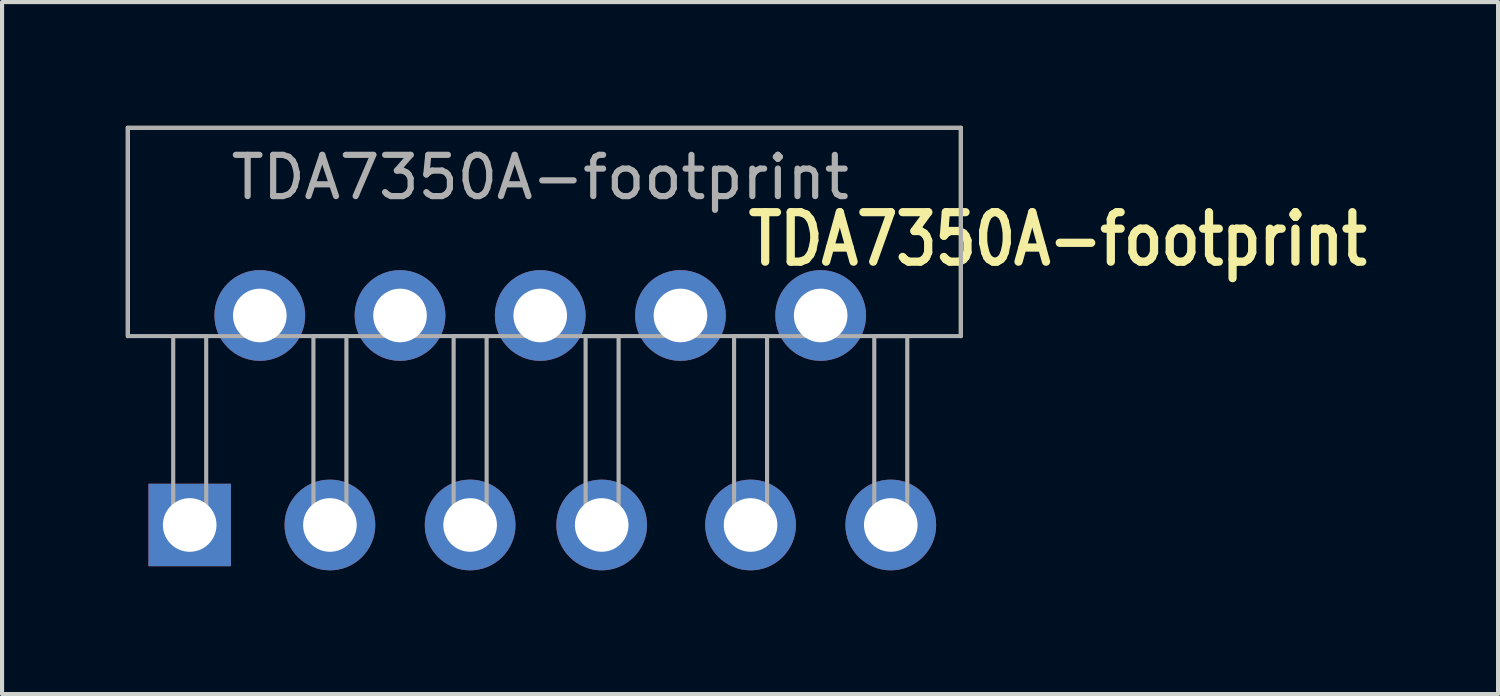
<source format=kicad_pcb>
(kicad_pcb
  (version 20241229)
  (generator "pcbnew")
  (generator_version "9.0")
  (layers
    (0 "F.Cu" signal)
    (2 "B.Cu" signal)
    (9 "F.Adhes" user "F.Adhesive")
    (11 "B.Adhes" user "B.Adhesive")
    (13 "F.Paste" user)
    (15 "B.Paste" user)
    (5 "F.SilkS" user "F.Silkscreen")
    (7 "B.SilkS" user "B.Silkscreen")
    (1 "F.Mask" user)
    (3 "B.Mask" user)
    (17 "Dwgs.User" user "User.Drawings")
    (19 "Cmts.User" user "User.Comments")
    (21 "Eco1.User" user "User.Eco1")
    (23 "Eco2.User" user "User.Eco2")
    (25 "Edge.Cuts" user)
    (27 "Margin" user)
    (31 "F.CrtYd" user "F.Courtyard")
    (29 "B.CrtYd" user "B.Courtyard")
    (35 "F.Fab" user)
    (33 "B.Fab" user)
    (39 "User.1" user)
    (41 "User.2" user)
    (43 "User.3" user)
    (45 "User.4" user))
  (footprint "TDA7350A-footprint"
    (layer "F.Cu")
    (at 10.05 4.6)
    (property "Reference" "TDA7350A-footprint" (at 12.55 -1.85 0) (unlocked yes) (layer "F.SilkS") (effects (font (size 1.2 1) (thickness 0.2) (bold yes))))
    (attr through_hole)
    (fp_line (start -10 -4.55) (end 10.2 -4.55) (stroke (width 0.1) (type default)) (layer "F.SilkS"))
    (fp_line (start -10 0.5) (end -10 -4.55) (stroke (width 0.1) (type default)) (layer "F.SilkS"))
    (fp_line (start 10.2 -4.55) (end 10.2 0.5) (stroke (width 0.1) (type default)) (layer "F.SilkS"))
    (fp_rect (start -10 -4.55) (end 10.2 0.5) (stroke (width 0.1) (type default)) (fill no) (layer "F.Fab"))
    (fp_rect (start -8.9 5.1) (end -8.1 0.5) (stroke (width 0.1) (type default)) (fill no) (layer "F.Fab"))
    (fp_rect (start -5.5 5.1) (end -4.7 0.5) (stroke (width 0.1) (type default)) (fill no) (layer "F.Fab"))
    (fp_rect (start -2.1 5.1) (end -1.3 0.5) (stroke (width 0.1) (type default)) (fill no) (layer "F.Fab"))
    (fp_rect (start 1.1 5.1) (end 1.9 0.5) (stroke (width 0.1) (type default)) (fill no) (layer "F.Fab"))
    (fp_rect (start 4.7 5.1) (end 5.5 0.5) (stroke (width 0.1) (type default)) (fill no) (layer "F.Fab"))
    (fp_rect (start 8.1 5.1) (end 8.9 0.5) (stroke (width 0.1) (type default)) (fill no) (layer "F.Fab"))
    (fp_text user "${REFERENCE}" (at 0 -3.35 0) (unlocked yes) (layer "F.Fab") (effects (font (size 1 1) (thickness 0.15))))
    (pad "1" thru_hole rect (at -8.5 5.08) (size 2 2) (drill 1.3) (layers "*.Cu" "*.Mask"))
    (pad "2" thru_hole circle (at -6.8 0) (size 2.2 2.2) (drill 1.3) (layers "*.Cu" "*.Mask"))
    (pad "3" thru_hole circle (at -5.1 5.08) (size 2.2 2.2) (drill 1.3) (layers "*.Cu" "*.Mask"))
    (pad "4" thru_hole circle (at -3.4 0) (size 2.2 2.2) (drill 1.3) (layers "*.Cu" "*.Mask"))
    (pad "5" thru_hole circle (at -1.7 5.08) (size 2.2 2.2) (drill 1.3) (layers "*.Cu" "*.Mask"))
    (pad "6" thru_hole circle (at 0 0) (size 2.2 2.2) (drill 1.3) (layers "*.Cu" "*.Mask"))
    (pad "7" thru_hole circle (at 1.49 5.08) (size 2.2 2.2) (drill 1.3) (layers "*.Cu" "*.Mask"))
    (pad "8" thru_hole circle (at 3.4 0) (size 2.2 2.2) (drill 1.3) (layers "*.Cu" "*.Mask"))
    (pad "9" thru_hole circle (at 5.1 5.08) (size 2.2 2.2) (drill 1.3) (layers "*.Cu" "*.Mask"))
    (pad "10" thru_hole circle (at 6.8 0) (size 2.2 2.2) (drill 1.3) (layers "*.Cu" "*.Mask"))
    (pad "11" thru_hole circle (at 8.5 5.08) (size 2.2 2.2) (drill 1.3) (layers "*.Cu" "*.Mask")))
  (gr_rect
    (start -3 -3)
    (end 33.276 13.78)
    (stroke (width 0.1) (type default))
    (fill no)
    (layer "Edge.Cuts")))
</source>
